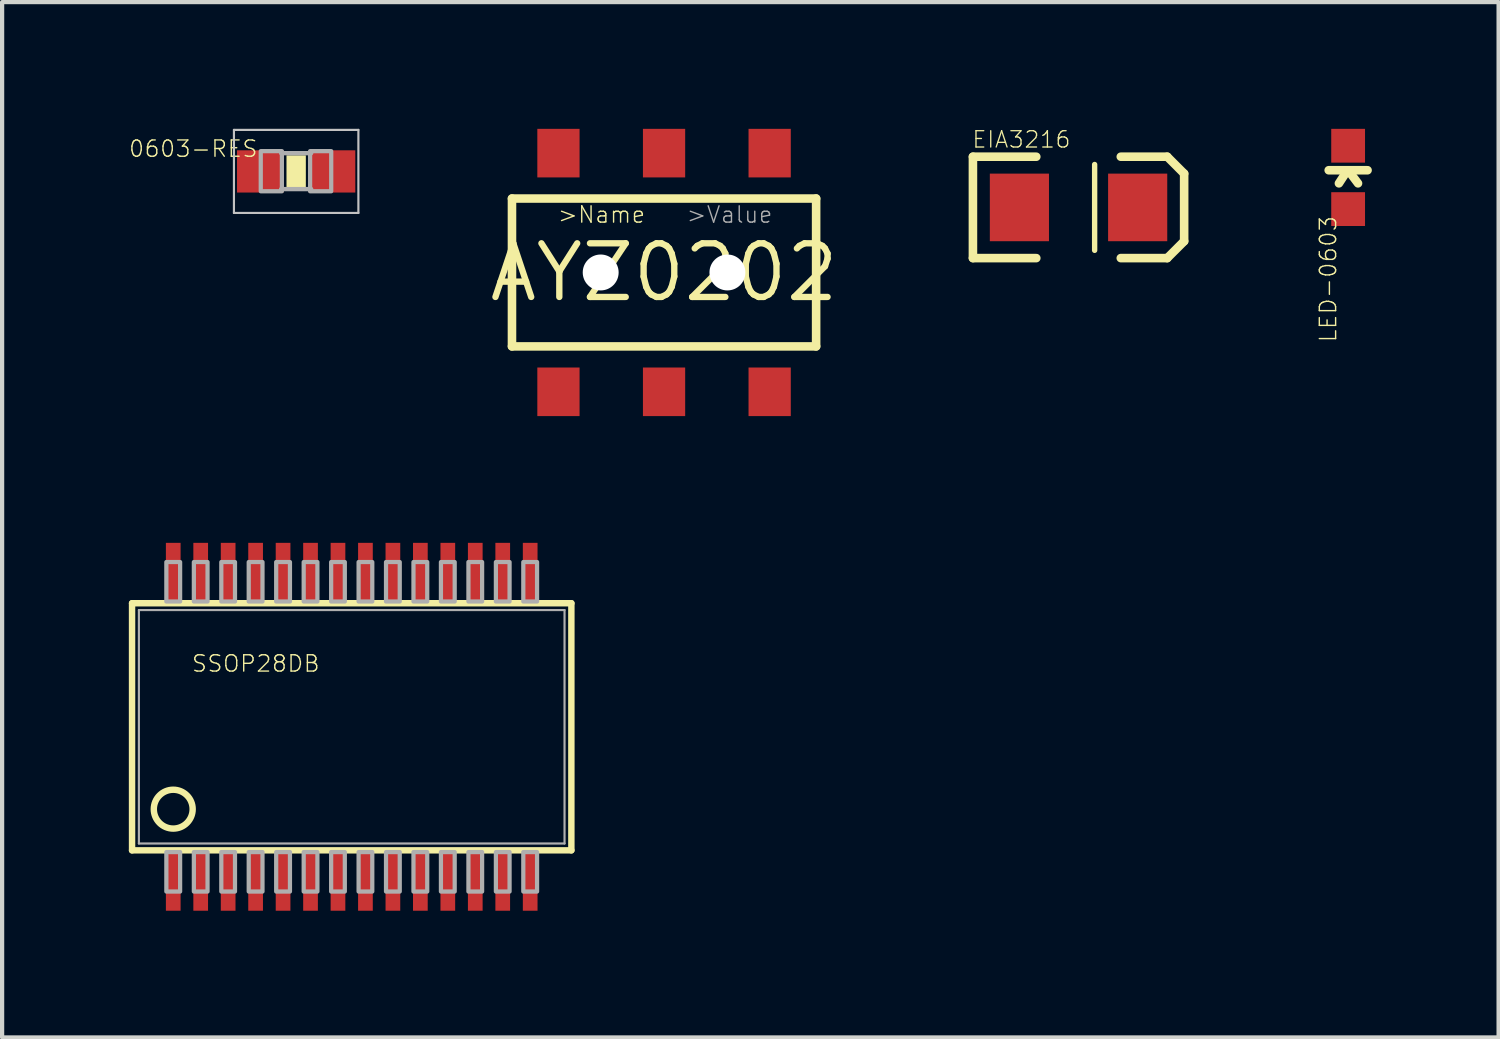
<source format=kicad_pcb>
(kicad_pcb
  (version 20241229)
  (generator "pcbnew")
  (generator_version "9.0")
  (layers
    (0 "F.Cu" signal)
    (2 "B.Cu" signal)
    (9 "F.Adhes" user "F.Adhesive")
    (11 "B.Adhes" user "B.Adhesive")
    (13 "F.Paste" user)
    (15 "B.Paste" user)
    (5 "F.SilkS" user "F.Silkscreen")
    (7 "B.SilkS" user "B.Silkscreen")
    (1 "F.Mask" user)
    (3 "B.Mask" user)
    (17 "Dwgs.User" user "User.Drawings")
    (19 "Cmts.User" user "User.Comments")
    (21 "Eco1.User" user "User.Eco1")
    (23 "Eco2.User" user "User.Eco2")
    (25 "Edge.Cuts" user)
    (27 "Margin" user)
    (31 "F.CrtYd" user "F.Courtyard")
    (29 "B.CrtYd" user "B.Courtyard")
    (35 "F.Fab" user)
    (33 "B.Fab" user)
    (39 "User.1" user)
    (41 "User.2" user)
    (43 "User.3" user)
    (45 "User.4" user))
  (footprint "AYZ0202"
    (layer "F.Cu")
    (at 12.67 3.4)
    (property "Reference" "AYZ0202" (at 0 0 0) (layer "F.SilkS") (effects (font (size 1.27 1.27) (thickness 0.15))))
    (attr through_hole)
    (fp_line (start -3.6 -1.75) (end -3.6 1.75) (stroke (width 0.203) (type solid)) (layer "F.SilkS"))
    (fp_line (start -3.6 1.75) (end 3.6 1.75) (stroke (width 0.203) (type solid)) (layer "F.SilkS"))
    (fp_line (start 3.6 -1.75) (end -3.6 -1.75) (stroke (width 0.203) (type solid)) (layer "F.SilkS"))
    (fp_line (start 3.6 1.75) (end 3.6 -1.75) (stroke (width 0.203) (type solid)) (layer "F.SilkS"))
    (fp_text user ">Name" (at -2.54 -1.143 0) (layer "F.SilkS") (effects (font (size 0.386 0.386) (thickness 0.033)) (justify left bottom)))
    (fp_text user ">Value" (at 0.508 -1.143 0) (layer "F.Fab") (effects (font (size 0.386 0.386) (thickness 0.033)) (justify left bottom)))
    (pad "" np_thru_hole circle (at -1.5 0) (size 0.85 0.85) (drill 0.85) (layers "*.Cu" "*.Mask"))
    (pad "" np_thru_hole circle (at 1.5 0) (size 0.85 0.85) (drill 0.85) (layers "*.Cu" "*.Mask"))
    (pad "1" smd rect (at -2.5 -2.825) (size 1 1.15) (layers "F.Cu" "F.Mask" "F.Paste"))
    (pad "2" smd rect (at 0 -2.825) (size 1 1.15) (layers "F.Cu" "F.Mask" "F.Paste"))
    (pad "3" smd rect (at 2.5 -2.825) (size 1 1.15) (layers "F.Cu" "F.Mask" "F.Paste"))
    (pad "4" smd rect (at -2.5 2.825) (size 1 1.15) (layers "F.Cu" "F.Mask" "F.Paste"))
    (pad "5" smd rect (at 0 2.825) (size 1 1.15) (layers "F.Cu" "F.Mask" "F.Paste"))
    (pad "6" smd rect (at 2.5 2.825) (size 1 1.15) (layers "F.Cu" "F.Mask" "F.Paste")))
  (footprint "LED-0603"
    (layer "F.Cu")
    (at 28.864 1.15)
    (property "Reference" "LED-0603" (at -0.699 0.889 90) (layer "F.SilkS") (effects (font (size 0.386 0.386) (thickness 0.033)) (justify right top)))
    (attr through_hole)
    (fp_line (start -0.46 -0.17) (end 0 -0.17) (stroke (width 0.203) (type solid)) (layer "F.SilkS"))
    (fp_line (start -0.025 -0.155) (end -0.218 0.14) (stroke (width 0.203) (type solid)) (layer "F.SilkS"))
    (fp_line (start 0 -0.17) (end 0.234 0.14) (stroke (width 0.203) (type solid)) (layer "F.SilkS"))
    (fp_line (start 0.46 -0.17) (end 0 -0.17) (stroke (width 0.203) (type solid)) (layer "F.SilkS"))
    (pad "A" smd rect (at 0 0.75) (size 0.8 0.8) (layers "F.Cu" "F.Mask" "F.Paste"))
    (pad "C" smd rect (at 0 -0.75) (size 0.8 0.8) (layers "F.Cu" "F.Mask" "F.Paste")))
  (footprint "0603-RES"
    (layer "F.Cu")
    (at 3.961 1.008)
    (property "Reference" "0603-RES" (at -0.889 -0.762 0) (layer "F.SilkS") (effects (font (size 0.386 0.386) (thickness 0.033)) (justify right top)))
    (attr through_hole)
    (fp_poly (pts (xy -0.229 0.381) (xy 0.229 0.381) (xy 0.229 -0.381) (xy -0.229 -0.381)) (stroke (width 0) (type solid)) (fill yes) (layer "F.SilkS"))
    (fp_poly (pts (xy -0.2 0.3) (xy 0.2 0.3) (xy 0.2 -0.3) (xy -0.2 -0.3)) (stroke (width 0) (type solid)) (fill yes) (layer "F.Adhes"))
    (fp_line (start -1.473 -0.983) (end 1.473 -0.983) (stroke (width 0.051) (type solid)) (layer "Dwgs.User"))
    (fp_line (start -1.473 0.983) (end -1.473 -0.983) (stroke (width 0.051) (type solid)) (layer "Dwgs.User"))
    (fp_line (start 1.473 -0.983) (end 1.473 0.983) (stroke (width 0.051) (type solid)) (layer "Dwgs.User"))
    (fp_line (start 1.473 0.983) (end -1.473 0.983) (stroke (width 0.051) (type solid)) (layer "Dwgs.User"))
    (fp_line (start -0.356 -0.432) (end 0.356 -0.432) (stroke (width 0.102) (type solid)) (layer "F.Fab"))
    (fp_line (start -0.356 0.419) (end 0.356 0.419) (stroke (width 0.102) (type solid)) (layer "F.Fab"))
    (fp_poly (pts (xy -0.838 0.47) (xy -0.338 0.47) (xy -0.338 -0.48) (xy -0.838 -0.48)) (stroke (width 0.1) (type solid)) (fill no) (layer "F.Fab"))
    (fp_poly (pts (xy 0.33 0.47) (xy 0.83 0.47) (xy 0.83 -0.48) (xy 0.33 -0.48)) (stroke (width 0.1) (type solid)) (fill no) (layer "F.Fab"))
    (pad "1" smd rect (at -0.85 0) (size 1.1 1) (layers "F.Cu" "F.Mask" "F.Paste"))
    (pad "2" smd rect (at 0.85 0) (size 1.1 1) (layers "F.Cu" "F.Mask" "F.Paste")))
  (footprint "SSOP28DB"
    (layer "F.Cu")
    (at 5.276 14.155)
    (property "Reference" "SSOP28DB" (at -3.81 -1.27 0) (layer "F.SilkS") (effects (font (size 0.386 0.386) (thickness 0.033)) (justify left bottom)))
    (attr through_hole)
    (fp_line (start -5.2 -2.925) (end 5.2 -2.925) (stroke (width 0.152) (type solid)) (layer "F.SilkS"))
    (fp_line (start -5.2 2.925) (end -5.2 -2.925) (stroke (width 0.152) (type solid)) (layer "F.SilkS"))
    (fp_line (start 5.2 -2.925) (end 5.2 2.925) (stroke (width 0.152) (type solid)) (layer "F.SilkS"))
    (fp_line (start 5.2 2.925) (end -5.2 2.925) (stroke (width 0.152) (type solid)) (layer "F.SilkS"))
    (fp_circle (center -4.225 1.95) (end -3.765 1.95) (stroke (width 0.152) (type solid)) (fill no) (layer "F.SilkS"))
    (fp_line (start -5.038 -2.763) (end 5.038 -2.763) (stroke (width 0.051) (type solid)) (layer "F.Fab"))
    (fp_line (start -5.038 2.763) (end -5.038 -2.763) (stroke (width 0.051) (type solid)) (layer "F.Fab"))
    (fp_line (start 5.038 -2.763) (end 5.038 2.763) (stroke (width 0.051) (type solid)) (layer "F.Fab"))
    (fp_line (start 5.038 2.763) (end -5.038 2.763) (stroke (width 0.051) (type solid)) (layer "F.Fab"))
    (fp_poly (pts (xy -4.388 -2.966) (xy -4.062 -2.966) (xy -4.062 -3.9) (xy -4.388 -3.9)) (stroke (width 0.1) (type solid)) (fill no) (layer "F.Fab"))
    (fp_poly (pts (xy -4.388 3.9) (xy -4.062 3.9) (xy -4.062 2.966) (xy -4.388 2.966)) (stroke (width 0.1) (type solid)) (fill no) (layer "F.Fab"))
    (fp_poly (pts (xy -3.737 -2.966) (xy -3.413 -2.966) (xy -3.413 -3.9) (xy -3.737 -3.9)) (stroke (width 0.1) (type solid)) (fill no) (layer "F.Fab"))
    (fp_poly (pts (xy -3.737 3.9) (xy -3.413 3.9) (xy -3.413 2.966) (xy -3.737 2.966)) (stroke (width 0.1) (type solid)) (fill no) (layer "F.Fab"))
    (fp_poly (pts (xy -3.087 -2.966) (xy -2.763 -2.966) (xy -2.763 -3.9) (xy -3.087 -3.9)) (stroke (width 0.1) (type solid)) (fill no) (layer "F.Fab"))
    (fp_poly (pts (xy -3.087 3.9) (xy -2.763 3.9) (xy -2.763 2.966) (xy -3.087 2.966)) (stroke (width 0.1) (type solid)) (fill no) (layer "F.Fab"))
    (fp_poly (pts (xy -2.438 -2.966) (xy -2.112 -2.966) (xy -2.112 -3.9) (xy -2.438 -3.9)) (stroke (width 0.1) (type solid)) (fill no) (layer "F.Fab"))
    (fp_poly (pts (xy -2.438 3.9) (xy -2.112 3.9) (xy -2.112 2.966) (xy -2.438 2.966)) (stroke (width 0.1) (type solid)) (fill no) (layer "F.Fab"))
    (fp_poly (pts (xy -1.788 -2.966) (xy -1.462 -2.966) (xy -1.462 -3.9) (xy -1.788 -3.9)) (stroke (width 0.1) (type solid)) (fill no) (layer "F.Fab"))
    (fp_poly (pts (xy -1.788 3.9) (xy -1.462 3.9) (xy -1.462 2.966) (xy -1.788 2.966)) (stroke (width 0.1) (type solid)) (fill no) (layer "F.Fab"))
    (fp_poly (pts (xy -1.137 -2.966) (xy -0.812 -2.966) (xy -0.812 -3.9) (xy -1.137 -3.9)) (stroke (width 0.1) (type solid)) (fill no) (layer "F.Fab"))
    (fp_poly (pts (xy -1.137 3.9) (xy -0.812 3.9) (xy -0.812 2.966) (xy -1.137 2.966)) (stroke (width 0.1) (type solid)) (fill no) (layer "F.Fab"))
    (fp_poly (pts (xy -0.487 -2.966) (xy -0.163 -2.966) (xy -0.163 -3.9) (xy -0.487 -3.9)) (stroke (width 0.1) (type solid)) (fill no) (layer "F.Fab"))
    (fp_poly (pts (xy -0.487 3.9) (xy -0.163 3.9) (xy -0.163 2.966) (xy -0.487 2.966)) (stroke (width 0.1) (type solid)) (fill no) (layer "F.Fab"))
    (fp_poly (pts (xy 0.163 -2.966) (xy 0.487 -2.966) (xy 0.487 -3.9) (xy 0.163 -3.9)) (stroke (width 0.1) (type solid)) (fill no) (layer "F.Fab"))
    (fp_poly (pts (xy 0.163 3.9) (xy 0.487 3.9) (xy 0.487 2.966) (xy 0.163 2.966)) (stroke (width 0.1) (type solid)) (fill no) (layer "F.Fab"))
    (fp_poly (pts (xy 0.812 -2.966) (xy 1.137 -2.966) (xy 1.137 -3.9) (xy 0.812 -3.9)) (stroke (width 0.1) (type solid)) (fill no) (layer "F.Fab"))
    (fp_poly (pts (xy 0.812 3.9) (xy 1.137 3.9) (xy 1.137 2.966) (xy 0.812 2.966)) (stroke (width 0.1) (type solid)) (fill no) (layer "F.Fab"))
    (fp_poly (pts (xy 1.462 -2.966) (xy 1.788 -2.966) (xy 1.788 -3.9) (xy 1.462 -3.9)) (stroke (width 0.1) (type solid)) (fill no) (layer "F.Fab"))
    (fp_poly (pts (xy 1.462 3.9) (xy 1.788 3.9) (xy 1.788 2.966) (xy 1.462 2.966)) (stroke (width 0.1) (type solid)) (fill no) (layer "F.Fab"))
    (fp_poly (pts (xy 2.112 -2.966) (xy 2.438 -2.966) (xy 2.438 -3.9) (xy 2.112 -3.9)) (stroke (width 0.1) (type solid)) (fill no) (layer "F.Fab"))
    (fp_poly (pts (xy 2.112 3.9) (xy 2.438 3.9) (xy 2.438 2.966) (xy 2.112 2.966)) (stroke (width 0.1) (type solid)) (fill no) (layer "F.Fab"))
    (fp_poly (pts (xy 2.763 -2.966) (xy 3.087 -2.966) (xy 3.087 -3.9) (xy 2.763 -3.9)) (stroke (width 0.1) (type solid)) (fill no) (layer "F.Fab"))
    (fp_poly (pts (xy 2.763 3.9) (xy 3.087 3.9) (xy 3.087 2.966) (xy 2.763 2.966)) (stroke (width 0.1) (type solid)) (fill no) (layer "F.Fab"))
    (fp_poly (pts (xy 3.413 -2.966) (xy 3.737 -2.966) (xy 3.737 -3.9) (xy 3.413 -3.9)) (stroke (width 0.1) (type solid)) (fill no) (layer "F.Fab"))
    (fp_poly (pts (xy 3.413 3.9) (xy 3.737 3.9) (xy 3.737 2.966) (xy 3.413 2.966)) (stroke (width 0.1) (type solid)) (fill no) (layer "F.Fab"))
    (fp_poly (pts (xy 4.062 -2.966) (xy 4.388 -2.966) (xy 4.388 -3.9) (xy 4.062 -3.9)) (stroke (width 0.1) (type solid)) (fill no) (layer "F.Fab"))
    (fp_poly (pts (xy 4.062 3.9) (xy 4.388 3.9) (xy 4.388 2.966) (xy 4.062 2.966)) (stroke (width 0.1) (type solid)) (fill no) (layer "F.Fab"))
    (pad "1" smd rect (at -4.225 3.656) (size 0.348 1.397) (layers "F.Cu" "F.Mask" "F.Paste"))
    (pad "2" smd rect (at -3.575 3.656) (size 0.348 1.397) (layers "F.Cu" "F.Mask" "F.Paste"))
    (pad "3" smd rect (at -2.925 3.656) (size 0.348 1.397) (layers "F.Cu" "F.Mask" "F.Paste"))
    (pad "4" smd rect (at -2.275 3.656) (size 0.348 1.397) (layers "F.Cu" "F.Mask" "F.Paste"))
    (pad "5" smd rect (at -1.625 3.656) (size 0.348 1.397) (layers "F.Cu" "F.Mask" "F.Paste"))
    (pad "6" smd rect (at -0.975 3.656) (size 0.348 1.397) (layers "F.Cu" "F.Mask" "F.Paste"))
    (pad "7" smd rect (at -0.325 3.656) (size 0.348 1.397) (layers "F.Cu" "F.Mask" "F.Paste"))
    (pad "8" smd rect (at 0.325 3.656) (size 0.348 1.397) (layers "F.Cu" "F.Mask" "F.Paste"))
    (pad "9" smd rect (at 0.975 3.656) (size 0.348 1.397) (layers "F.Cu" "F.Mask" "F.Paste"))
    (pad "10" smd rect (at 1.625 3.656) (size 0.348 1.397) (layers "F.Cu" "F.Mask" "F.Paste"))
    (pad "11" smd rect (at 2.275 3.656) (size 0.348 1.397) (layers "F.Cu" "F.Mask" "F.Paste"))
    (pad "12" smd rect (at 2.925 3.656) (size 0.348 1.397) (layers "F.Cu" "F.Mask" "F.Paste"))
    (pad "13" smd rect (at 3.575 3.656) (size 0.348 1.397) (layers "F.Cu" "F.Mask" "F.Paste"))
    (pad "14" smd rect (at 4.225 3.656) (size 0.348 1.397) (layers "F.Cu" "F.Mask" "F.Paste"))
    (pad "15" smd rect (at 4.225 -3.656) (size 0.348 1.397) (layers "F.Cu" "F.Mask" "F.Paste"))
    (pad "16" smd rect (at 3.575 -3.656) (size 0.348 1.397) (layers "F.Cu" "F.Mask" "F.Paste"))
    (pad "17" smd rect (at 2.925 -3.656) (size 0.348 1.397) (layers "F.Cu" "F.Mask" "F.Paste"))
    (pad "18" smd rect (at 2.275 -3.656) (size 0.348 1.397) (layers "F.Cu" "F.Mask" "F.Paste"))
    (pad "19" smd rect (at 1.625 -3.656) (size 0.348 1.397) (layers "F.Cu" "F.Mask" "F.Paste"))
    (pad "20" smd rect (at 0.975 -3.656) (size 0.348 1.397) (layers "F.Cu" "F.Mask" "F.Paste"))
    (pad "21" smd rect (at 0.325 -3.656) (size 0.348 1.397) (layers "F.Cu" "F.Mask" "F.Paste"))
    (pad "22" smd rect (at -0.325 -3.656) (size 0.348 1.397) (layers "F.Cu" "F.Mask" "F.Paste"))
    (pad "23" smd rect (at -0.975 -3.656) (size 0.348 1.397) (layers "F.Cu" "F.Mask" "F.Paste"))
    (pad "24" smd rect (at -1.625 -3.656) (size 0.348 1.397) (layers "F.Cu" "F.Mask" "F.Paste"))
    (pad "25" smd rect (at -2.275 -3.656) (size 0.348 1.397) (layers "F.Cu" "F.Mask" "F.Paste"))
    (pad "26" smd rect (at -2.925 -3.656) (size 0.348 1.397) (layers "F.Cu" "F.Mask" "F.Paste"))
    (pad "27" smd rect (at -3.575 -3.656) (size 0.348 1.397) (layers "F.Cu" "F.Mask" "F.Paste"))
    (pad "28" smd rect (at -4.225 -3.656) (size 0.348 1.397) (layers "F.Cu" "F.Mask" "F.Paste")))
  (footprint "EIA3216"
    (layer "F.Cu")
    (at 22.482 1.86)
    (property "Reference" "EIA3216" (at -2.54 -1.381 180) (layer "F.SilkS") (effects (font (size 0.386 0.386) (thickness 0.031)) (justify left bottom)))
    (attr through_hole)
    (fp_line (start -2.5 -1.2) (end -1 -1.2) (stroke (width 0.203) (type solid)) (layer "F.SilkS"))
    (fp_line (start -2.5 1.2) (end -2.5 -1.2) (stroke (width 0.203) (type solid)) (layer "F.SilkS"))
    (fp_line (start -1 1.2) (end -2.5 1.2) (stroke (width 0.203) (type solid)) (layer "F.SilkS"))
    (fp_line (start 0.381 -1.016) (end 0.381 1.016) (stroke (width 0.127) (type solid)) (layer "F.SilkS"))
    (fp_line (start 1 1.2) (end 2.1 1.2) (stroke (width 0.203) (type solid)) (layer "F.SilkS"))
    (fp_line (start 2.1 -1.2) (end 1 -1.2) (stroke (width 0.203) (type solid)) (layer "F.SilkS"))
    (fp_line (start 2.1 1.2) (end 2.5 0.8) (stroke (width 0.203) (type solid)) (layer "F.SilkS"))
    (fp_line (start 2.5 -0.8) (end 2.1 -1.2) (stroke (width 0.203) (type solid)) (layer "F.SilkS"))
    (fp_line (start 2.5 0.8) (end 2.5 -0.8) (stroke (width 0.203) (type solid)) (layer "F.SilkS"))
    (pad "A" smd rect (at 1.4 0 90) (size 1.6 1.4) (layers "F.Cu" "F.Mask" "F.Paste"))
    (pad "C" smd rect (at -1.4 0 90) (size 1.6 1.4) (layers "F.Cu" "F.Mask" "F.Paste")))
  (gr_rect
    (start -3 -3)
    (end 32.426 21.509)
    (stroke (width 0.1) (type default))
    (fill no)
    (layer "Edge.Cuts")))
</source>
